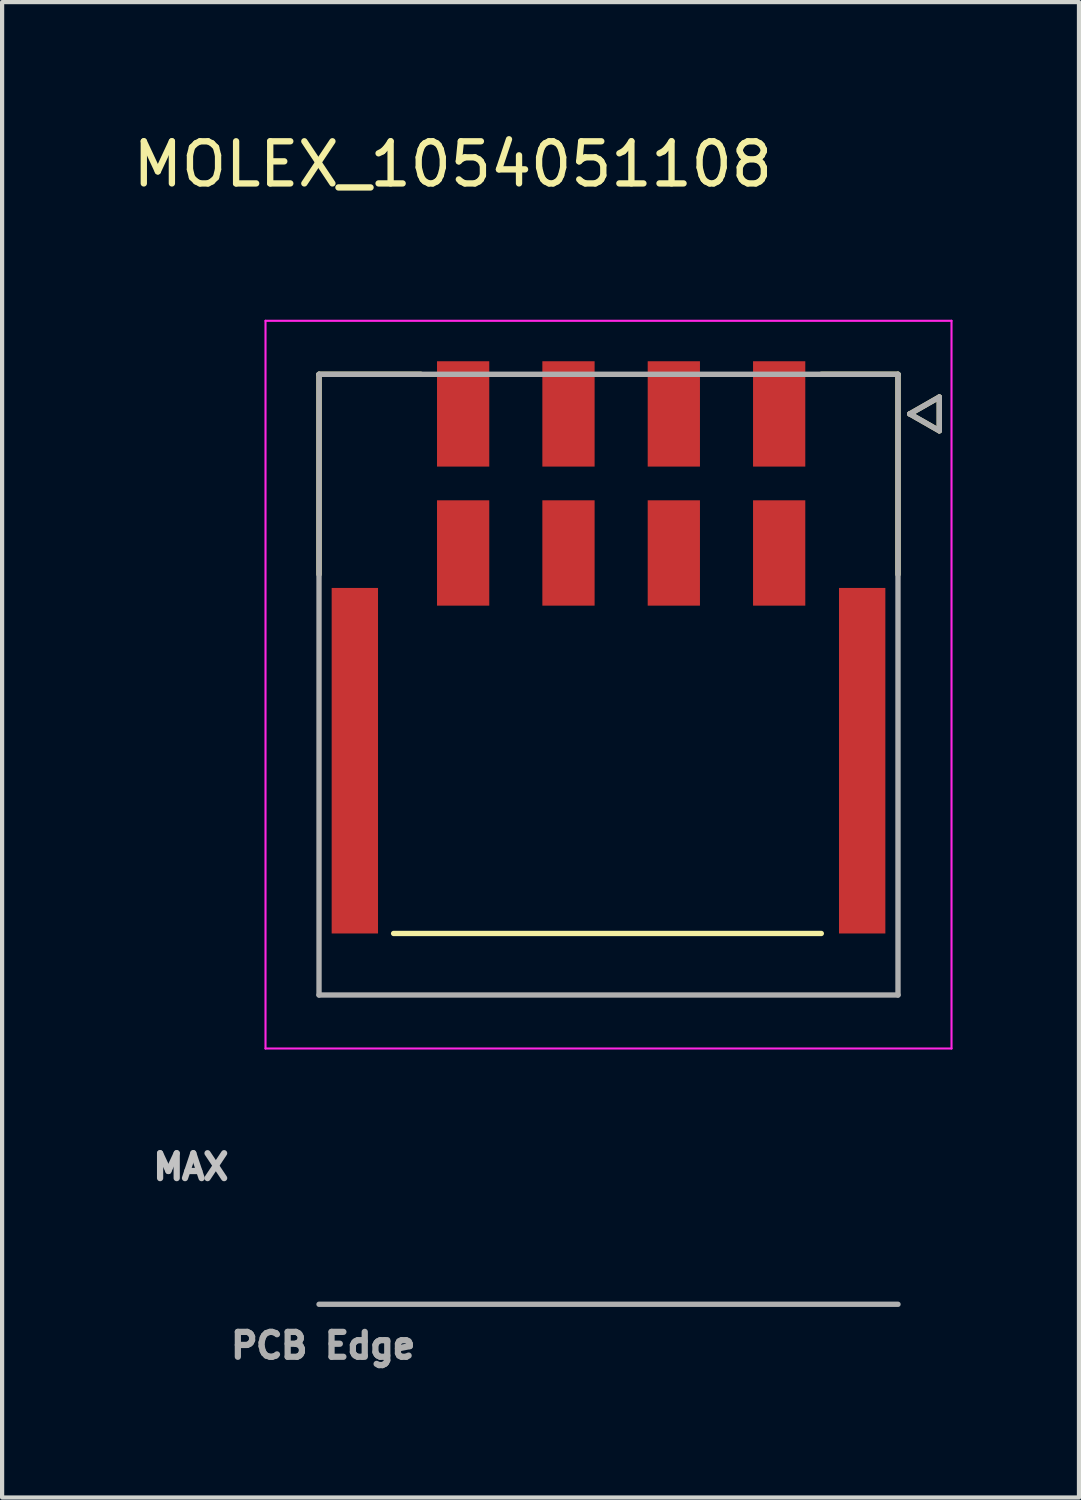
<source format=kicad_pcb>
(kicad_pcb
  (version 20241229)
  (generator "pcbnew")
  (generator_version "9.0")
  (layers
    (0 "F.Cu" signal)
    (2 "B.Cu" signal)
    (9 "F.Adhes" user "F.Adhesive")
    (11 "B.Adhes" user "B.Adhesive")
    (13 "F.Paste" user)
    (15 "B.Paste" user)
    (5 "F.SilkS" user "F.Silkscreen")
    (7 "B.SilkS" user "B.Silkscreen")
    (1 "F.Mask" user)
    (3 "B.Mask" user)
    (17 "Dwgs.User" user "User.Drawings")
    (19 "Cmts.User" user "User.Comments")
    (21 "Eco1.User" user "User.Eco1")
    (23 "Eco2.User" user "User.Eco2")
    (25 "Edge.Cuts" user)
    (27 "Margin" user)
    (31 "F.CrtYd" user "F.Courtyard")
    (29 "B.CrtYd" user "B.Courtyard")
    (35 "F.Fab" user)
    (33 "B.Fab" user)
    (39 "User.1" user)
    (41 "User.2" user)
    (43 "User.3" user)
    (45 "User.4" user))
  (footprint "MOLEX_1054051108"
    (layer "F.Cu")
    (at 11.391 13.198)
    (property "Reference" "MOLEX_1054051108" (at -3.695 -12.35 0) (layer "F.SilkS") (effects (font (size 1 1) (thickness 0.15))))
    (attr smd)
    (fp_poly (pts (xy -6.646 -2.371) (xy -5.394 -2.371) (xy -5.394 5.981) (xy -6.646 5.981)) (stroke (width 0.01) (type solid)) (fill yes) (layer "F.Mask"))
    (fp_poly (pts (xy -4.146 -7.751) (xy -2.754 -7.751) (xy -2.754 -5.099) (xy -4.146 -5.099)) (stroke (width 0.01) (type solid)) (fill yes) (layer "F.Mask"))
    (fp_poly (pts (xy -4.146 -4.451) (xy -2.754 -4.451) (xy -2.754 -1.799) (xy -4.146 -1.799)) (stroke (width 0.01) (type solid)) (fill yes) (layer "F.Mask"))
    (fp_poly (pts (xy -1.646 -7.751) (xy -0.254 -7.751) (xy -0.254 -5.099) (xy -1.646 -5.099)) (stroke (width 0.01) (type solid)) (fill yes) (layer "F.Mask"))
    (fp_poly (pts (xy -1.646 -4.451) (xy -0.254 -4.451) (xy -0.254 -1.799) (xy -1.646 -1.799)) (stroke (width 0.01) (type solid)) (fill yes) (layer "F.Mask"))
    (fp_poly (pts (xy 0.854 -7.751) (xy 2.246 -7.751) (xy 2.246 -5.099) (xy 0.854 -5.099)) (stroke (width 0.01) (type solid)) (fill yes) (layer "F.Mask"))
    (fp_poly (pts (xy 0.854 -4.451) (xy 2.246 -4.451) (xy 2.246 -1.799) (xy 0.854 -1.799)) (stroke (width 0.01) (type solid)) (fill yes) (layer "F.Mask"))
    (fp_poly (pts (xy 3.354 -7.751) (xy 4.746 -7.751) (xy 4.746 -5.099) (xy 3.354 -5.099)) (stroke (width 0.01) (type solid)) (fill yes) (layer "F.Mask"))
    (fp_poly (pts (xy 3.354 -4.451) (xy 4.746 -4.451) (xy 4.746 -1.799) (xy 3.354 -1.799)) (stroke (width 0.01) (type solid)) (fill yes) (layer "F.Mask"))
    (fp_poly (pts (xy 5.394 -2.371) (xy 6.646 -2.371) (xy 6.646 5.981) (xy 5.394 5.981)) (stroke (width 0.01) (type solid)) (fill yes) (layer "F.Mask"))
    (fp_line (start -6.87 -7.365) (end -6.87 -2.615) (stroke (width 0.127) (type solid)) (layer "F.SilkS"))
    (fp_line (start -6.87 -7.365) (end -4.45 -7.365) (stroke (width 0.127) (type solid)) (layer "F.SilkS"))
    (fp_line (start 5.05 -7.365) (end 6.87 -7.365) (stroke (width 0.127) (type solid)) (layer "F.SilkS"))
    (fp_line (start 5.05 5.905) (end -5.1 5.905) (stroke (width 0.127) (type solid)) (layer "F.SilkS"))
    (fp_line (start 6.87 -7.365) (end 6.87 -2.615) (stroke (width 0.127) (type solid)) (layer "F.SilkS"))
    (fp_line (start 7.15 -6.425) (end 7.85 -6.025) (stroke (width 0.127) (type solid)) (layer "F.SilkS"))
    (fp_line (start 7.85 -6.825) (end 7.15 -6.425) (stroke (width 0.127) (type solid)) (layer "F.SilkS"))
    (fp_line (start 7.85 -6.025) (end 7.85 -6.825) (stroke (width 0.127) (type solid)) (layer "F.SilkS"))
    (fp_line (start -8.14 -8.635) (end 8.14 -8.635) (stroke (width 0.05) (type solid)) (layer "F.CrtYd"))
    (fp_line (start -8.14 8.635) (end -8.14 -8.635) (stroke (width 0.05) (type solid)) (layer "F.CrtYd"))
    (fp_line (start -8.14 8.635) (end 8.14 8.635) (stroke (width 0.05) (type solid)) (layer "F.CrtYd"))
    (fp_line (start 8.14 -8.635) (end 8.14 8.635) (stroke (width 0.05) (type solid)) (layer "F.CrtYd"))
    (fp_line (start -6.87 -7.365) (end 6.87 -7.365) (stroke (width 0.127) (type solid)) (layer "F.Fab"))
    (fp_line (start -6.87 7.365) (end -6.87 -7.365) (stroke (width 0.127) (type solid)) (layer "F.Fab"))
    (fp_line (start -6.87 14.705) (end 6.87 14.705) (stroke (width 0.127) (type solid)) (layer "F.Fab"))
    (fp_line (start 6.87 -7.365) (end 6.87 7.365) (stroke (width 0.127) (type solid)) (layer "F.Fab"))
    (fp_line (start 6.87 7.365) (end -6.87 7.365) (stroke (width 0.127) (type solid)) (layer "F.Fab"))
    (fp_line (start 7.15 -6.425) (end 7.85 -6.025) (stroke (width 0.127) (type solid)) (layer "F.Fab"))
    (fp_line (start 7.85 -6.825) (end 7.15 -6.425) (stroke (width 0.127) (type solid)) (layer "F.Fab"))
    (fp_line (start 7.85 -6.025) (end 7.85 -6.825) (stroke (width 0.127) (type solid)) (layer "F.Fab"))
    (fp_text user "MAX" (at -9.91 11.445 0) (layer "Dwgs.User") (effects (font (size 0.591 0.591) (thickness 0.15))))
    (fp_text user "PCB Edge" (at -6.77 15.685 0) (layer "F.Fab") (effects (font (size 0.591 0.591) (thickness 0.15))))
    (pad "1" smd rect (at 4.05 -6.425) (size 1.24 2.5) (layers "F.Cu" "F.Paste"))
    (pad "2" smd rect (at 1.55 -6.425) (size 1.24 2.5) (layers "F.Cu" "F.Paste"))
    (pad "3" smd rect (at -0.95 -6.425) (size 1.24 2.5) (layers "F.Cu" "F.Paste"))
    (pad "4" smd rect (at -3.45 -6.425) (size 1.24 2.5) (layers "F.Cu" "F.Paste"))
    (pad "5" smd rect (at 4.05 -3.125) (size 1.24 2.5) (layers "F.Cu" "F.Paste"))
    (pad "6" smd rect (at 1.55 -3.125) (size 1.24 2.5) (layers "F.Cu" "F.Paste"))
    (pad "7" smd rect (at -0.95 -3.125) (size 1.24 2.5) (layers "F.Cu" "F.Paste"))
    (pad "8" smd rect (at -3.45 -3.125) (size 1.24 2.5) (layers "F.Cu" "F.Paste"))
    (pad "S1" smd rect (at -6.02 1.805) (size 1.1 8.2) (layers "F.Cu" "F.Paste"))
    (pad "S2" smd rect (at 6.02 1.805) (size 1.1 8.2) (layers "F.Cu" "F.Paste")))
  (gr_rect
    (start -3 -3)
    (end 22.556 32.488)
    (stroke (width 0.1) (type default))
    (fill no)
    (layer "Edge.Cuts")))
</source>
